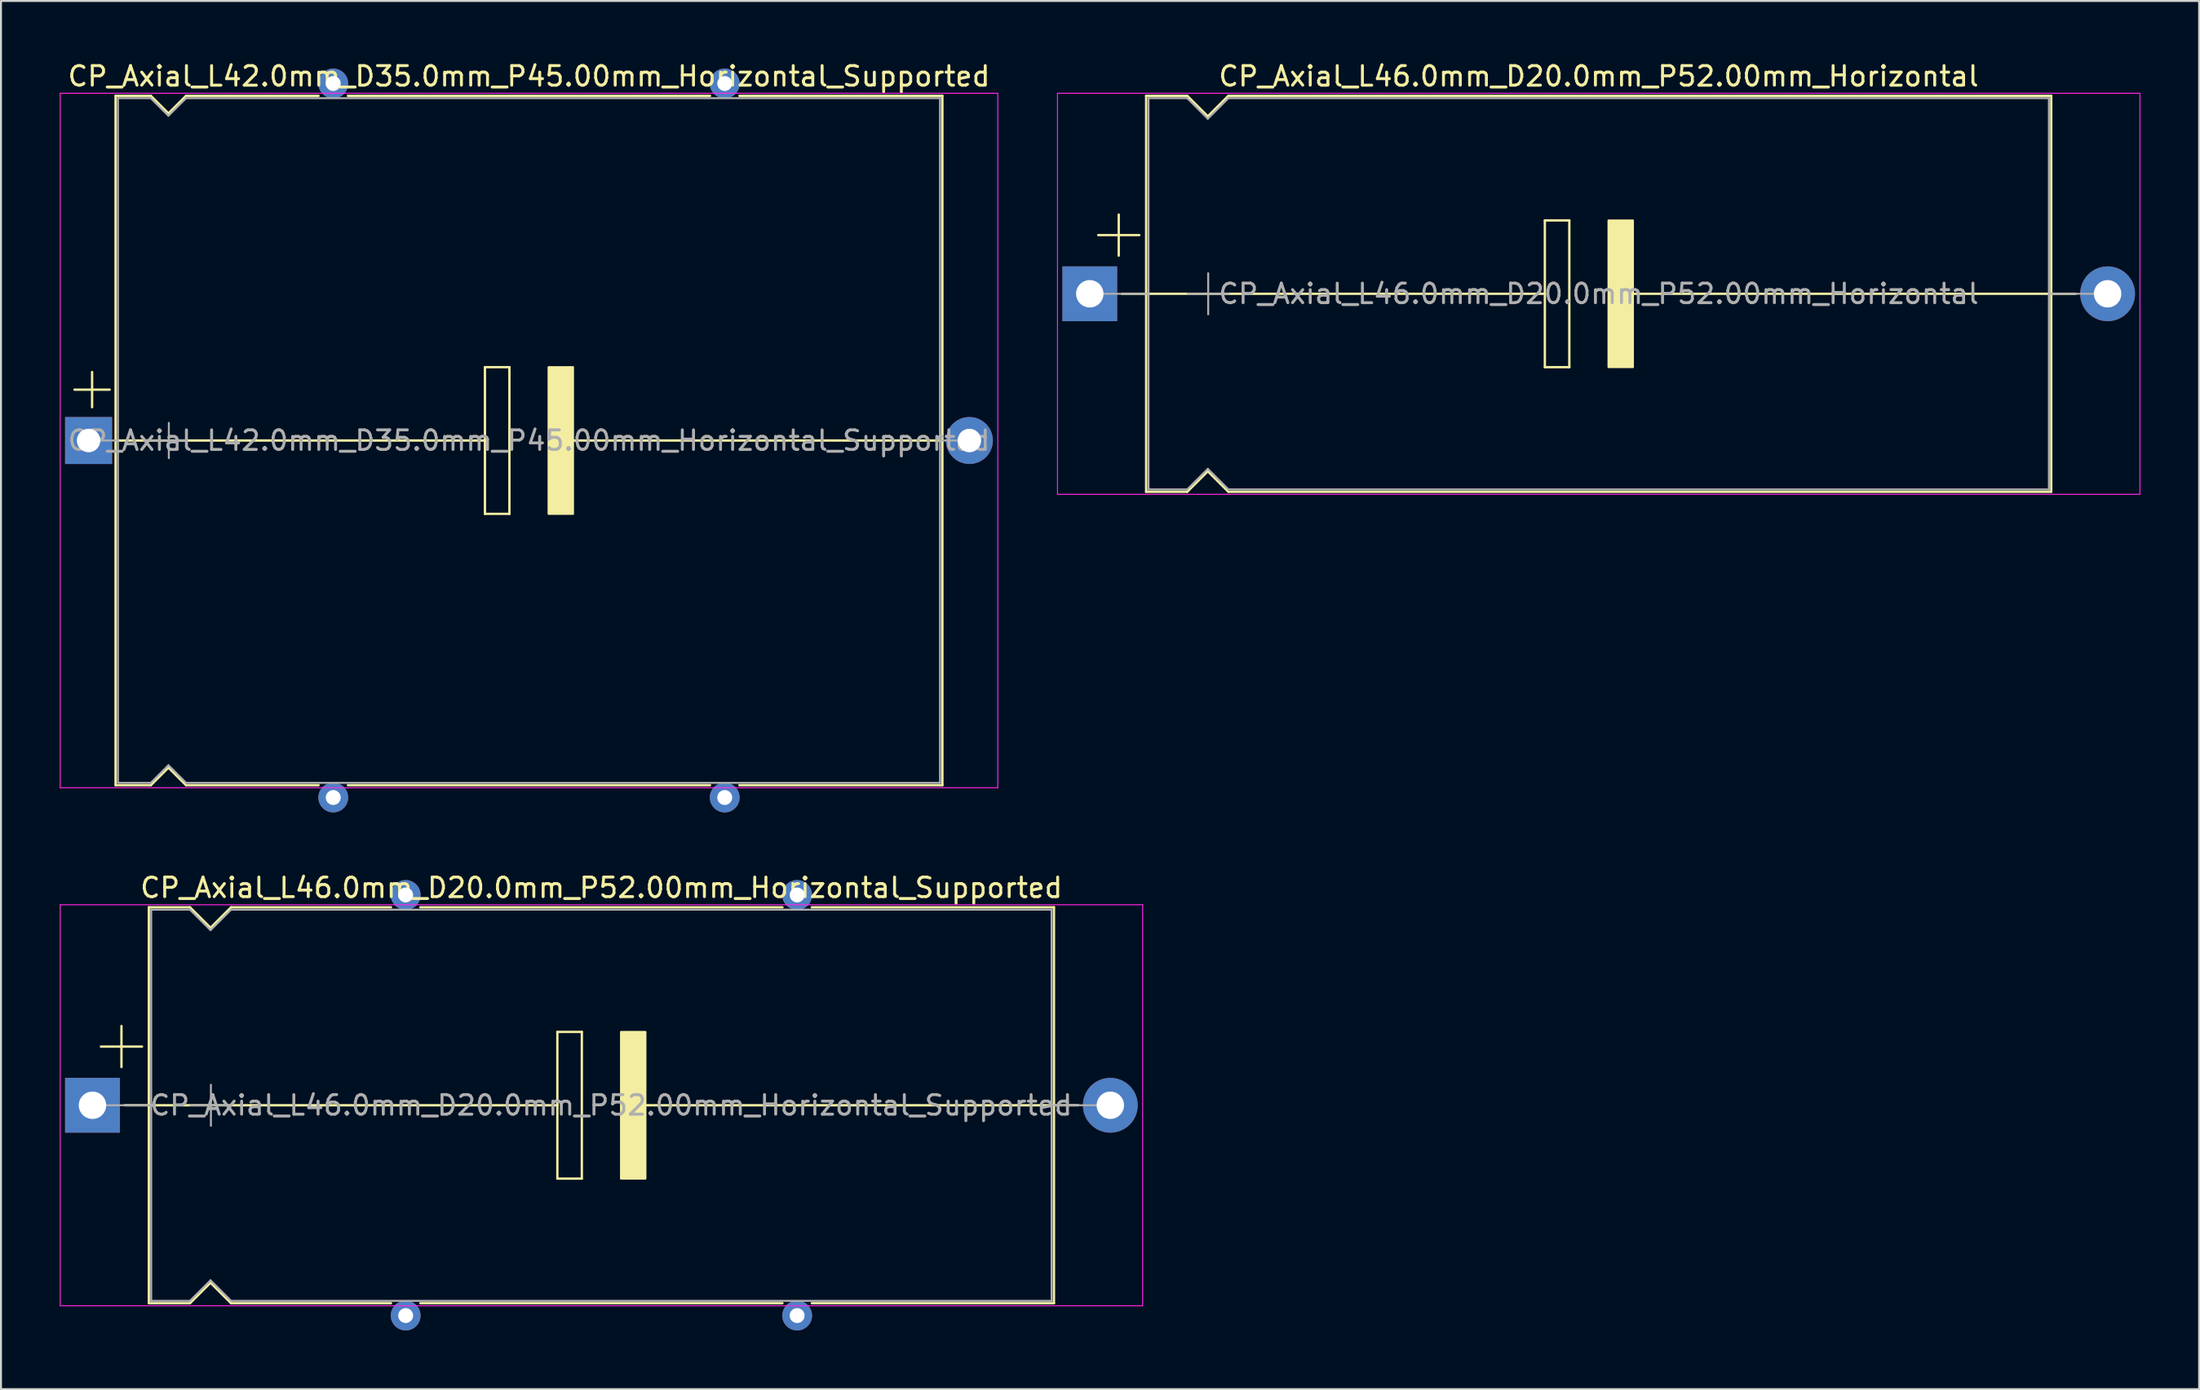
<source format=kicad_pcb>
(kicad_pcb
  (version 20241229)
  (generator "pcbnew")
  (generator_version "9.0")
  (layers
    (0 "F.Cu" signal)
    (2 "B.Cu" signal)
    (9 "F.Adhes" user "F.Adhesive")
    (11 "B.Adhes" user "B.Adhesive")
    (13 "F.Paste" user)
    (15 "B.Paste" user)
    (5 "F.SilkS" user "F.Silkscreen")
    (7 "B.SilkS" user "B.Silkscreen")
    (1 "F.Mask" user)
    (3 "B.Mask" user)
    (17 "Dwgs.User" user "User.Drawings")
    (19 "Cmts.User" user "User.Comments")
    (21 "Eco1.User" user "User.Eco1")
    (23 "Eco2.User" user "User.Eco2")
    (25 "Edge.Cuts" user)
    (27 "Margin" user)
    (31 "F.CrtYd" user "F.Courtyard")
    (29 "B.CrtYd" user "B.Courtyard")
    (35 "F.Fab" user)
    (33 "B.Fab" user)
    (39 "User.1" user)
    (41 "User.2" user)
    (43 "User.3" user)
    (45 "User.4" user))
  (footprint "CP_Axial_L46.0mm_D20.0mm_P52.00mm_Horizontal"
    (layer "F.Cu")
    (at 52.625 11.968)
    (property "Reference" "CP_Axial_L46.0mm_D20.0mm_P52.00mm_Horizontal" (at 26 -11.12 0) (layer "F.SilkS") (effects (font (size 1 1) (thickness 0.15))))
    (attr through_hole)
    (fp_line (start 0.43 -3) (end 2.53 -3) (stroke (width 0.12) (type solid)) (layer "F.SilkS"))
    (fp_line (start 1.48 -4.05) (end 1.48 -1.95) (stroke (width 0.12) (type solid)) (layer "F.SilkS"))
    (fp_line (start 1.64 0) (end 2.88 0) (stroke (width 0.12) (type solid)) (layer "F.SilkS"))
    (fp_line (start 2.88 -10.12) (end 2.88 10.12) (stroke (width 0.12) (type solid)) (layer "F.SilkS"))
    (fp_line (start 2.88 -10.12) (end 4.98 -10.12) (stroke (width 0.12) (type solid)) (layer "F.SilkS"))
    (fp_line (start 2.88 0) (end 23.25 0) (stroke (width 0.12) (type solid)) (layer "F.SilkS"))
    (fp_line (start 2.88 10.12) (end 4.98 10.12) (stroke (width 0.12) (type solid)) (layer "F.SilkS"))
    (fp_line (start 4.98 -10.12) (end 6.03 -9.07) (stroke (width 0.12) (type solid)) (layer "F.SilkS"))
    (fp_line (start 4.98 10.12) (end 6.03 9.07) (stroke (width 0.12) (type solid)) (layer "F.SilkS"))
    (fp_line (start 6.03 -9.07) (end 7.08 -10.12) (stroke (width 0.12) (type solid)) (layer "F.SilkS"))
    (fp_line (start 6.03 9.07) (end 7.08 10.12) (stroke (width 0.12) (type solid)) (layer "F.SilkS"))
    (fp_line (start 7.08 -10.12) (end 49.12 -10.12) (stroke (width 0.12) (type solid)) (layer "F.SilkS"))
    (fp_line (start 7.08 10.12) (end 49.12 10.12) (stroke (width 0.12) (type solid)) (layer "F.SilkS"))
    (fp_line (start 23.25 -3.75) (end 24.5 -3.75) (stroke (width 0.12) (type solid)) (layer "F.SilkS"))
    (fp_line (start 23.25 0) (end 23.25 -3.75) (stroke (width 0.12) (type solid)) (layer "F.SilkS"))
    (fp_line (start 23.25 3.75) (end 23.25 0) (stroke (width 0.12) (type solid)) (layer "F.SilkS"))
    (fp_line (start 24.5 -3.75) (end 24.5 3.75) (stroke (width 0.12) (type solid)) (layer "F.SilkS"))
    (fp_line (start 24.5 3.75) (end 23.25 3.75) (stroke (width 0.12) (type solid)) (layer "F.SilkS"))
    (fp_line (start 27.75 0) (end 49.12 0) (stroke (width 0.12) (type solid)) (layer "F.SilkS"))
    (fp_line (start 49.12 -10.12) (end 49.12 10.12) (stroke (width 0.12) (type solid)) (layer "F.SilkS"))
    (fp_line (start 50.36 0) (end 49.12 0) (stroke (width 0.12) (type solid)) (layer "F.SilkS"))
    (fp_poly (pts (xy 27.75 3.75) (xy 26.5 3.75) (xy 26.5 -3.75) (xy 27.75 -3.75)) (stroke (width 0.1) (type solid)) (fill yes) (layer "F.SilkS"))
    (fp_line (start -1.65 -10.25) (end -1.65 10.25) (stroke (width 0.05) (type solid)) (layer "F.CrtYd"))
    (fp_line (start -1.65 10.25) (end 53.65 10.25) (stroke (width 0.05) (type solid)) (layer "F.CrtYd"))
    (fp_line (start 53.65 -10.25) (end -1.65 -10.25) (stroke (width 0.05) (type solid)) (layer "F.CrtYd"))
    (fp_line (start 53.65 10.25) (end 53.65 -10.25) (stroke (width 0.05) (type solid)) (layer "F.CrtYd"))
    (fp_line (start 0 0) (end 3 0) (stroke (width 0.1) (type solid)) (layer "F.Fab"))
    (fp_line (start 3 -10) (end 3 10) (stroke (width 0.1) (type solid)) (layer "F.Fab"))
    (fp_line (start 3 -10) (end 4.98 -10) (stroke (width 0.1) (type solid)) (layer "F.Fab"))
    (fp_line (start 3 10) (end 4.98 10) (stroke (width 0.1) (type solid)) (layer "F.Fab"))
    (fp_line (start 4.98 -10) (end 6.03 -8.95) (stroke (width 0.1) (type solid)) (layer "F.Fab"))
    (fp_line (start 4.98 10) (end 6.03 8.95) (stroke (width 0.1) (type solid)) (layer "F.Fab"))
    (fp_line (start 5 0) (end 7.1 0) (stroke (width 0.1) (type solid)) (layer "F.Fab"))
    (fp_line (start 6.03 -8.95) (end 7.08 -10) (stroke (width 0.1) (type solid)) (layer "F.Fab"))
    (fp_line (start 6.03 8.95) (end 7.08 10) (stroke (width 0.1) (type solid)) (layer "F.Fab"))
    (fp_line (start 6.05 -1.05) (end 6.05 1.05) (stroke (width 0.1) (type solid)) (layer "F.Fab"))
    (fp_line (start 7.08 -10) (end 49 -10) (stroke (width 0.1) (type solid)) (layer "F.Fab"))
    (fp_line (start 7.08 10) (end 49 10) (stroke (width 0.1) (type solid)) (layer "F.Fab"))
    (fp_line (start 49 -10) (end 49 10) (stroke (width 0.1) (type solid)) (layer "F.Fab"))
    (fp_line (start 52 0) (end 49 0) (stroke (width 0.1) (type solid)) (layer "F.Fab"))
    (fp_text user "${REFERENCE}" (at 26 0 0) (layer "F.Fab") (effects (font (size 1 1) (thickness 0.15))))
    (pad "1" thru_hole rect (at 0 0) (size 2.8 2.8) (drill 1.4) (layers "*.Cu" "*.Mask"))
    (pad "2" thru_hole oval (at 52 0) (size 2.8 2.8) (drill 1.4) (layers "*.Cu" "*.Mask")))
  (footprint "CP_Axial_L42.0mm_D35.0mm_P45.00mm_Horizontal_Supported"
    (layer "F.Cu")
    (at 1.475 19.468)
    (property "Reference" "CP_Axial_L42.0mm_D35.0mm_P45.00mm_Horizontal_Supported" (at 22.5 -18.62 0) (layer "F.SilkS") (effects (font (size 1 1) (thickness 0.15))))
    (attr through_hole)
    (fp_line (start -0.72 -2.6) (end 1.08 -2.6) (stroke (width 0.12) (type solid)) (layer "F.SilkS"))
    (fp_line (start 0.18 -3.5) (end 0.18 -1.7) (stroke (width 0.12) (type solid)) (layer "F.SilkS"))
    (fp_line (start 1.38 -17.62) (end 1.38 17.62) (stroke (width 0.12) (type solid)) (layer "F.SilkS"))
    (fp_line (start 1.38 -17.62) (end 3.18 -17.62) (stroke (width 0.12) (type solid)) (layer "F.SilkS"))
    (fp_line (start 1.38 17.62) (end 3.18 17.62) (stroke (width 0.12) (type solid)) (layer "F.SilkS"))
    (fp_line (start 1.397 0) (end 20.25 0) (stroke (width 0.12) (type solid)) (layer "F.SilkS"))
    (fp_line (start 3.18 -17.62) (end 4.08 -16.72) (stroke (width 0.12) (type solid)) (layer "F.SilkS"))
    (fp_line (start 3.18 17.62) (end 4.08 16.72) (stroke (width 0.12) (type solid)) (layer "F.SilkS"))
    (fp_line (start 4.08 -16.72) (end 4.98 -17.62) (stroke (width 0.12) (type solid)) (layer "F.SilkS"))
    (fp_line (start 4.08 16.72) (end 4.98 17.62) (stroke (width 0.12) (type solid)) (layer "F.SilkS"))
    (fp_line (start 4.98 -17.62) (end 11.75 -17.62) (stroke (width 0.12) (type solid)) (layer "F.SilkS"))
    (fp_line (start 4.98 17.62) (end 11.75 17.62) (stroke (width 0.12) (type solid)) (layer "F.SilkS"))
    (fp_line (start 13.25 -17.62) (end 31.75 -17.62) (stroke (width 0.12) (type solid)) (layer "F.SilkS"))
    (fp_line (start 13.25 17.62) (end 31.75 17.62) (stroke (width 0.12) (type solid)) (layer "F.SilkS"))
    (fp_line (start 20.25 -3.75) (end 21.5 -3.75) (stroke (width 0.12) (type solid)) (layer "F.SilkS"))
    (fp_line (start 20.25 0) (end 20.25 -3.75) (stroke (width 0.12) (type solid)) (layer "F.SilkS"))
    (fp_line (start 20.25 3.75) (end 20.25 0) (stroke (width 0.12) (type solid)) (layer "F.SilkS"))
    (fp_line (start 21.5 -3.75) (end 21.5 3.75) (stroke (width 0.12) (type solid)) (layer "F.SilkS"))
    (fp_line (start 21.5 3.75) (end 20.25 3.75) (stroke (width 0.12) (type solid)) (layer "F.SilkS"))
    (fp_line (start 24.75 0) (end 43.561 0) (stroke (width 0.12) (type solid)) (layer "F.SilkS"))
    (fp_line (start 33.25 -17.62) (end 43.62 -17.62) (stroke (width 0.12) (type solid)) (layer "F.SilkS"))
    (fp_line (start 33.25 17.62) (end 43.62 17.62) (stroke (width 0.12) (type solid)) (layer "F.SilkS"))
    (fp_line (start 43.62 -17.62) (end 43.62 17.62) (stroke (width 0.12) (type solid)) (layer "F.SilkS"))
    (fp_poly (pts (xy 24.75 3.75) (xy 23.5 3.75) (xy 23.5 -3.75) (xy 24.75 -3.75)) (stroke (width 0.1) (type solid)) (fill yes) (layer "F.SilkS"))
    (fp_line (start -1.45 -17.75) (end -1.45 17.75) (stroke (width 0.05) (type solid)) (layer "F.CrtYd"))
    (fp_line (start -1.45 17.75) (end 46.45 17.75) (stroke (width 0.05) (type solid)) (layer "F.CrtYd"))
    (fp_line (start 46.45 -17.75) (end -1.45 -17.75) (stroke (width 0.05) (type solid)) (layer "F.CrtYd"))
    (fp_line (start 46.45 17.75) (end 46.45 -17.75) (stroke (width 0.05) (type solid)) (layer "F.CrtYd"))
    (fp_line (start 0 0) (end 1.5 0) (stroke (width 0.1) (type solid)) (layer "F.Fab"))
    (fp_line (start 1.5 -17.5) (end 1.5 17.5) (stroke (width 0.1) (type solid)) (layer "F.Fab"))
    (fp_line (start 1.5 -17.5) (end 3.18 -17.5) (stroke (width 0.1) (type solid)) (layer "F.Fab"))
    (fp_line (start 1.5 17.5) (end 3.18 17.5) (stroke (width 0.1) (type solid)) (layer "F.Fab"))
    (fp_line (start 3.18 -17.5) (end 4.08 -16.6) (stroke (width 0.1) (type solid)) (layer "F.Fab"))
    (fp_line (start 3.18 17.5) (end 4.08 16.6) (stroke (width 0.1) (type solid)) (layer "F.Fab"))
    (fp_line (start 3.2 0) (end 5 0) (stroke (width 0.1) (type solid)) (layer "F.Fab"))
    (fp_line (start 4.08 -16.6) (end 4.98 -17.5) (stroke (width 0.1) (type solid)) (layer "F.Fab"))
    (fp_line (start 4.08 16.6) (end 4.98 17.5) (stroke (width 0.1) (type solid)) (layer "F.Fab"))
    (fp_line (start 4.1 -0.9) (end 4.1 0.9) (stroke (width 0.1) (type solid)) (layer "F.Fab"))
    (fp_line (start 4.98 -17.5) (end 43.5 -17.5) (stroke (width 0.1) (type solid)) (layer "F.Fab"))
    (fp_line (start 4.98 17.5) (end 43.5 17.5) (stroke (width 0.1) (type solid)) (layer "F.Fab"))
    (fp_line (start 43.5 -17.5) (end 43.5 17.5) (stroke (width 0.1) (type solid)) (layer "F.Fab"))
    (fp_line (start 45 0) (end 43.5 0) (stroke (width 0.1) (type solid)) (layer "F.Fab"))
    (fp_text user "${REFERENCE}" (at 22.5 0 0) (layer "F.Fab") (effects (font (size 1 1) (thickness 0.15))))
    (pad "" thru_hole circle (at 12.5 -18.25) (size 1.524 1.524) (drill 0.762) (layers "*.Cu" "*.Mask"))
    (pad "" thru_hole circle (at 12.5 18.25) (size 1.524 1.524) (drill 0.762) (layers "*.Cu" "*.Mask"))
    (pad "" thru_hole circle (at 32.5 -18.25) (size 1.524 1.524) (drill 0.762) (layers "*.Cu" "*.Mask"))
    (pad "" thru_hole circle (at 32.5 18.25) (size 1.524 1.524) (drill 0.762) (layers "*.Cu" "*.Mask"))
    (pad "1" thru_hole rect (at 0 0) (size 2.4 2.4) (drill 1.2) (layers "*.Cu" "*.Mask"))
    (pad "2" thru_hole oval (at 45 0) (size 2.4 2.4) (drill 1.2) (layers "*.Cu" "*.Mask")))
  (footprint "CP_Axial_L46.0mm_D20.0mm_P52.00mm_Horizontal_Supported"
    (layer "F.Cu")
    (at 1.675 53.449)
    (property "Reference" "CP_Axial_L46.0mm_D20.0mm_P52.00mm_Horizontal_Supported" (at 26 -11.12 0) (layer "F.SilkS") (effects (font (size 1 1) (thickness 0.15))))
    (attr through_hole)
    (fp_line (start 0.43 -3) (end 2.53 -3) (stroke (width 0.12) (type solid)) (layer "F.SilkS"))
    (fp_line (start 1.48 -4.05) (end 1.48 -1.95) (stroke (width 0.12) (type solid)) (layer "F.SilkS"))
    (fp_line (start 1.64 0) (end 2.88 0) (stroke (width 0.12) (type solid)) (layer "F.SilkS"))
    (fp_line (start 2.88 -10.12) (end 2.88 10.12) (stroke (width 0.12) (type solid)) (layer "F.SilkS"))
    (fp_line (start 2.88 -10.12) (end 4.98 -10.12) (stroke (width 0.12) (type solid)) (layer "F.SilkS"))
    (fp_line (start 2.88 0) (end 23.75 0) (stroke (width 0.12) (type solid)) (layer "F.SilkS"))
    (fp_line (start 2.88 10.12) (end 4.98 10.12) (stroke (width 0.12) (type solid)) (layer "F.SilkS"))
    (fp_line (start 4.98 -10.12) (end 6.03 -9.07) (stroke (width 0.12) (type solid)) (layer "F.SilkS"))
    (fp_line (start 4.98 10.12) (end 6.03 9.07) (stroke (width 0.12) (type solid)) (layer "F.SilkS"))
    (fp_line (start 6.03 -9.07) (end 7.08 -10.12) (stroke (width 0.12) (type solid)) (layer "F.SilkS"))
    (fp_line (start 6.03 9.07) (end 7.08 10.12) (stroke (width 0.12) (type solid)) (layer "F.SilkS"))
    (fp_line (start 7.08 -10.12) (end 15.25 -10.12) (stroke (width 0.12) (type solid)) (layer "F.SilkS"))
    (fp_line (start 7.08 10.12) (end 15.25 10.12) (stroke (width 0.12) (type solid)) (layer "F.SilkS"))
    (fp_line (start 16.75 -10.12) (end 35.25 -10.12) (stroke (width 0.12) (type solid)) (layer "F.SilkS"))
    (fp_line (start 16.75 10.12) (end 35.25 10.12) (stroke (width 0.12) (type solid)) (layer "F.SilkS"))
    (fp_line (start 23.75 -3.75) (end 25 -3.75) (stroke (width 0.12) (type solid)) (layer "F.SilkS"))
    (fp_line (start 23.75 0) (end 23.75 -3.75) (stroke (width 0.12) (type solid)) (layer "F.SilkS"))
    (fp_line (start 23.75 3.75) (end 23.75 0) (stroke (width 0.12) (type solid)) (layer "F.SilkS"))
    (fp_line (start 25 -3.75) (end 25 3.75) (stroke (width 0.12) (type solid)) (layer "F.SilkS"))
    (fp_line (start 25 3.75) (end 23.75 3.75) (stroke (width 0.12) (type solid)) (layer "F.SilkS"))
    (fp_line (start 27.75 0) (end 49.12 0) (stroke (width 0.12) (type solid)) (layer "F.SilkS"))
    (fp_line (start 36.75 -10.12) (end 49.12 -10.12) (stroke (width 0.12) (type solid)) (layer "F.SilkS"))
    (fp_line (start 36.75 10.12) (end 49.12 10.12) (stroke (width 0.12) (type solid)) (layer "F.SilkS"))
    (fp_line (start 49.12 -10.12) (end 49.12 10.12) (stroke (width 0.12) (type solid)) (layer "F.SilkS"))
    (fp_line (start 50.36 0) (end 49.12 0) (stroke (width 0.12) (type solid)) (layer "F.SilkS"))
    (fp_poly (pts (xy 28.25 3.75) (xy 27 3.75) (xy 27 -3.75) (xy 28.25 -3.75)) (stroke (width 0.1) (type solid)) (fill yes) (layer "F.SilkS"))
    (fp_line (start -1.65 -10.25) (end -1.65 10.25) (stroke (width 0.05) (type solid)) (layer "F.CrtYd"))
    (fp_line (start -1.65 10.25) (end 53.65 10.25) (stroke (width 0.05) (type solid)) (layer "F.CrtYd"))
    (fp_line (start 53.65 -10.25) (end -1.65 -10.25) (stroke (width 0.05) (type solid)) (layer "F.CrtYd"))
    (fp_line (start 53.65 10.25) (end 53.65 -10.25) (stroke (width 0.05) (type solid)) (layer "F.CrtYd"))
    (fp_line (start 0 0) (end 3 0) (stroke (width 0.1) (type solid)) (layer "F.Fab"))
    (fp_line (start 3 -10) (end 3 10) (stroke (width 0.1) (type solid)) (layer "F.Fab"))
    (fp_line (start 3 -10) (end 4.98 -10) (stroke (width 0.1) (type solid)) (layer "F.Fab"))
    (fp_line (start 3 10) (end 4.98 10) (stroke (width 0.1) (type solid)) (layer "F.Fab"))
    (fp_line (start 4.98 -10) (end 6.03 -8.95) (stroke (width 0.1) (type solid)) (layer "F.Fab"))
    (fp_line (start 4.98 10) (end 6.03 8.95) (stroke (width 0.1) (type solid)) (layer "F.Fab"))
    (fp_line (start 5 0) (end 7.1 0) (stroke (width 0.1) (type solid)) (layer "F.Fab"))
    (fp_line (start 6.03 -8.95) (end 7.08 -10) (stroke (width 0.1) (type solid)) (layer "F.Fab"))
    (fp_line (start 6.03 8.95) (end 7.08 10) (stroke (width 0.1) (type solid)) (layer "F.Fab"))
    (fp_line (start 6.05 -1.05) (end 6.05 1.05) (stroke (width 0.1) (type solid)) (layer "F.Fab"))
    (fp_line (start 7.08 -10) (end 49 -10) (stroke (width 0.1) (type solid)) (layer "F.Fab"))
    (fp_line (start 7.08 10) (end 49 10) (stroke (width 0.1) (type solid)) (layer "F.Fab"))
    (fp_line (start 49 -10) (end 49 10) (stroke (width 0.1) (type solid)) (layer "F.Fab"))
    (fp_line (start 52 0) (end 49 0) (stroke (width 0.1) (type solid)) (layer "F.Fab"))
    (fp_text user "${REFERENCE}" (at 26.5 0 0) (layer "F.Fab") (effects (font (size 1 1) (thickness 0.15))))
    (pad "" thru_hole circle (at 16 -10.75) (size 1.524 1.524) (drill 0.762) (layers "*.Cu" "*.Mask"))
    (pad "" thru_hole circle (at 16 10.75) (size 1.524 1.524) (drill 0.762) (layers "*.Cu" "*.Mask"))
    (pad "" thru_hole circle (at 36 -10.75) (size 1.524 1.524) (drill 0.762) (layers "*.Cu" "*.Mask"))
    (pad "" thru_hole circle (at 36 10.75) (size 1.524 1.524) (drill 0.762) (layers "*.Cu" "*.Mask"))
    (pad "1" thru_hole rect (at 0 0) (size 2.8 2.8) (drill 1.4) (layers "*.Cu" "*.Mask"))
    (pad "2" thru_hole oval (at 52 0) (size 2.8 2.8) (drill 1.4) (layers "*.Cu" "*.Mask")))
  (gr_rect
    (start -3 -3)
    (end 109.3 67.96)
    (stroke (width 0.1) (type default))
    (fill no)
    (layer "Edge.Cuts")))
</source>
